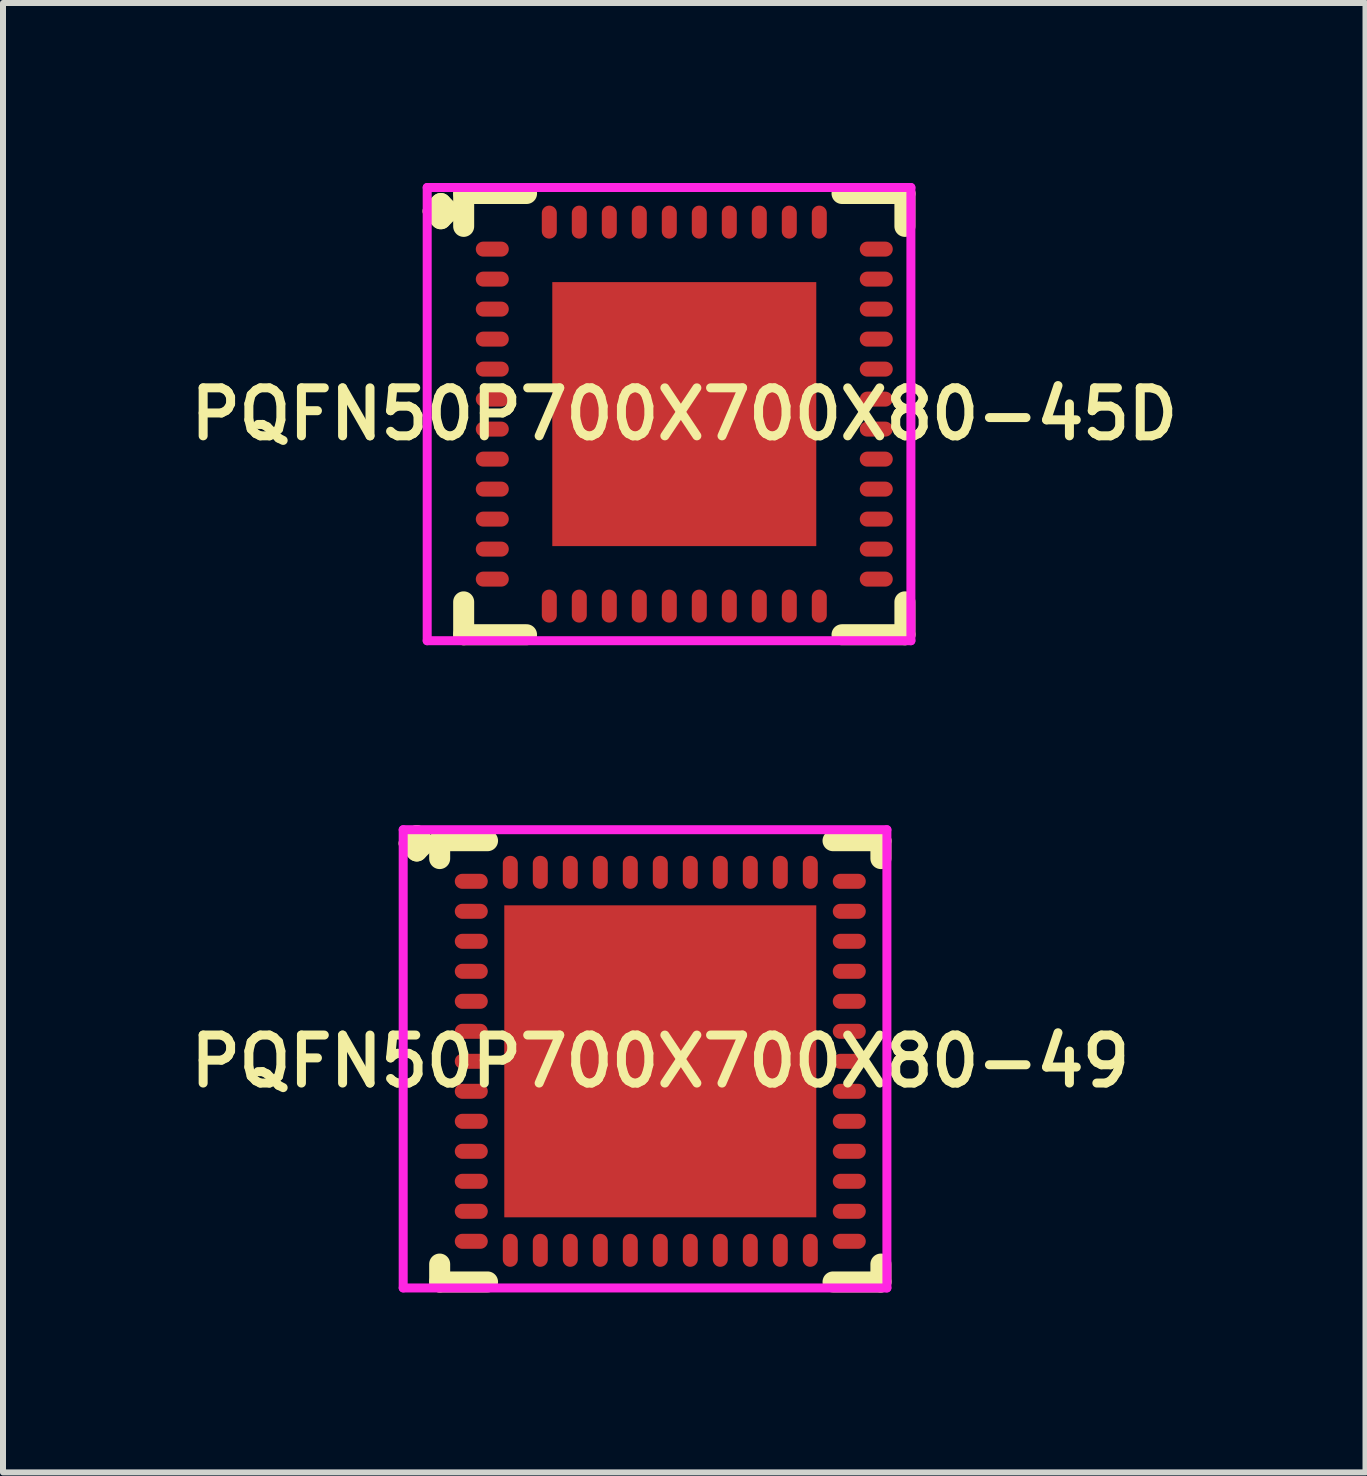
<source format=kicad_pcb>
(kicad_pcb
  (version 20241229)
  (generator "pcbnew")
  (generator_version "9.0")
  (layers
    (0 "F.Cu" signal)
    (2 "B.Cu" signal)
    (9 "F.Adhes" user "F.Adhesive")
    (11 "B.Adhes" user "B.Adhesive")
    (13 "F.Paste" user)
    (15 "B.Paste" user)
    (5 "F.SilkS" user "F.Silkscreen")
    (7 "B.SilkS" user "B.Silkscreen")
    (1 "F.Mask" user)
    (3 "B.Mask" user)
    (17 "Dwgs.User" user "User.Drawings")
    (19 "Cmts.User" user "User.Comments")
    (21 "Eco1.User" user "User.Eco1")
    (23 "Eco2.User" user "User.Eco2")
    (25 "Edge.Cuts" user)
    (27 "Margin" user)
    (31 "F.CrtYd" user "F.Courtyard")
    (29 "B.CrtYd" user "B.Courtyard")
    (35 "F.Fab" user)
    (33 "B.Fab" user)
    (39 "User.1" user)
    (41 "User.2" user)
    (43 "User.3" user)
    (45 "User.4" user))
  (footprint "PQFN50P700X700X80-49"
    (layer "F.Cu")
    (at 7.955 14.639)
    (property "Reference" "PQFN50P700X700X80-49" (at 0 0 0) (layer "F.SilkS") (effects (font (size 0.8 0.8) (thickness 0.15))))
    (attr smd)
    (fp_line (start -4.185 -3.633) (end -4.058 -3.76) (stroke (width 0.35) (type solid)) (layer "F.SilkS"))
    (fp_line (start -4.058 -3.76) (end -3.931 -3.633) (stroke (width 0.35) (type solid)) (layer "F.SilkS"))
    (fp_line (start -4.058 -3.506) (end -4.185 -3.633) (stroke (width 0.35) (type solid)) (layer "F.SilkS"))
    (fp_line (start -3.931 -3.633) (end -4.058 -3.506) (stroke (width 0.35) (type solid)) (layer "F.SilkS"))
    (fp_line (start -3.677 -3.677) (end -2.879 -3.677) (stroke (width 0.35) (type solid)) (layer "F.SilkS"))
    (fp_line (start -3.677 -3.379) (end -3.677 -3.677) (stroke (width 0.35) (type solid)) (layer "F.SilkS"))
    (fp_line (start -3.677 3.379) (end -3.677 3.677) (stroke (width 0.35) (type solid)) (layer "F.SilkS"))
    (fp_line (start -3.677 3.677) (end -2.879 3.677) (stroke (width 0.35) (type solid)) (layer "F.SilkS"))
    (fp_line (start 2.879 -3.677) (end 3.677 -3.677) (stroke (width 0.35) (type solid)) (layer "F.SilkS"))
    (fp_line (start 2.879 3.677) (end 3.677 3.677) (stroke (width 0.35) (type solid)) (layer "F.SilkS"))
    (fp_line (start 3.677 -3.677) (end 3.677 -3.379) (stroke (width 0.35) (type solid)) (layer "F.SilkS"))
    (fp_line (start 3.677 3.677) (end 3.677 3.379) (stroke (width 0.35) (type solid)) (layer "F.SilkS"))
    (fp_line (start -4.285 -3.86) (end 3.777 -3.86) (stroke (width 0.15) (type solid)) (layer "F.CrtYd"))
    (fp_line (start -4.285 3.777) (end -4.285 -3.86) (stroke (width 0.15) (type solid)) (layer "F.CrtYd"))
    (fp_line (start 3.777 -3.86) (end 3.777 3.777) (stroke (width 0.15) (type solid)) (layer "F.CrtYd"))
    (fp_line (start 3.777 3.777) (end -4.285 3.777) (stroke (width 0.15) (type solid)) (layer "F.CrtYd"))
    (pad "1" smd oval (at -3.15 -3) (size 0.55 0.25) (layers "F.Cu" "F.Mask" "F.Paste"))
    (pad "2" smd oval (at -3.15 -2.5) (size 0.55 0.25) (layers "F.Cu" "F.Mask" "F.Paste"))
    (pad "3" smd oval (at -3.15 -2) (size 0.55 0.25) (layers "F.Cu" "F.Mask" "F.Paste"))
    (pad "4" smd oval (at -3.15 -1.5) (size 0.55 0.25) (layers "F.Cu" "F.Mask" "F.Paste"))
    (pad "5" smd oval (at -3.15 -1) (size 0.55 0.25) (layers "F.Cu" "F.Mask" "F.Paste"))
    (pad "6" smd oval (at -3.15 -0.5) (size 0.55 0.25) (layers "F.Cu" "F.Mask" "F.Paste"))
    (pad "7" smd oval (at -3.15 0) (size 0.55 0.25) (layers "F.Cu" "F.Mask" "F.Paste"))
    (pad "8" smd oval (at -3.15 0.5) (size 0.55 0.25) (layers "F.Cu" "F.Mask" "F.Paste"))
    (pad "9" smd oval (at -3.15 1) (size 0.55 0.25) (layers "F.Cu" "F.Mask" "F.Paste"))
    (pad "10" smd oval (at -3.15 1.5) (size 0.55 0.25) (layers "F.Cu" "F.Mask" "F.Paste"))
    (pad "11" smd oval (at -3.15 2) (size 0.55 0.25) (layers "F.Cu" "F.Mask" "F.Paste"))
    (pad "12" smd oval (at -3.15 2.5) (size 0.55 0.25) (layers "F.Cu" "F.Mask" "F.Paste"))
    (pad "13" smd oval (at -3.15 3) (size 0.55 0.25) (layers "F.Cu" "F.Mask" "F.Paste"))
    (pad "14" smd oval (at -2.5 3.15) (size 0.25 0.55) (layers "F.Cu" "F.Mask" "F.Paste"))
    (pad "15" smd oval (at -2 3.15) (size 0.25 0.55) (layers "F.Cu" "F.Mask" "F.Paste"))
    (pad "16" smd oval (at -1.5 3.15) (size 0.25 0.55) (layers "F.Cu" "F.Mask" "F.Paste"))
    (pad "17" smd oval (at -1 3.15) (size 0.25 0.55) (layers "F.Cu" "F.Mask" "F.Paste"))
    (pad "18" smd oval (at -0.5 3.15) (size 0.25 0.55) (layers "F.Cu" "F.Mask" "F.Paste"))
    (pad "19" smd oval (at 0 3.15) (size 0.25 0.55) (layers "F.Cu" "F.Mask" "F.Paste"))
    (pad "20" smd oval (at 0.5 3.15) (size 0.25 0.55) (layers "F.Cu" "F.Mask" "F.Paste"))
    (pad "21" smd oval (at 1 3.15) (size 0.25 0.55) (layers "F.Cu" "F.Mask" "F.Paste"))
    (pad "22" smd oval (at 1.5 3.15) (size 0.25 0.55) (layers "F.Cu" "F.Mask" "F.Paste"))
    (pad "23" smd oval (at 2 3.15) (size 0.25 0.55) (layers "F.Cu" "F.Mask" "F.Paste"))
    (pad "24" smd oval (at 2.5 3.15) (size 0.25 0.55) (layers "F.Cu" "F.Mask" "F.Paste"))
    (pad "25" smd oval (at 3.15 3) (size 0.55 0.25) (layers "F.Cu" "F.Mask" "F.Paste"))
    (pad "26" smd oval (at 3.15 2.5) (size 0.55 0.25) (layers "F.Cu" "F.Mask" "F.Paste"))
    (pad "27" smd oval (at 3.15 2) (size 0.55 0.25) (layers "F.Cu" "F.Mask" "F.Paste"))
    (pad "28" smd oval (at 3.15 1.5) (size 0.55 0.25) (layers "F.Cu" "F.Mask" "F.Paste"))
    (pad "29" smd oval (at 3.15 1) (size 0.55 0.25) (layers "F.Cu" "F.Mask" "F.Paste"))
    (pad "30" smd oval (at 3.15 0.5) (size 0.55 0.25) (layers "F.Cu" "F.Mask" "F.Paste"))
    (pad "31" smd oval (at 3.15 0) (size 0.55 0.25) (layers "F.Cu" "F.Mask" "F.Paste"))
    (pad "32" smd oval (at 3.15 -0.5) (size 0.55 0.25) (layers "F.Cu" "F.Mask" "F.Paste"))
    (pad "33" smd oval (at 3.15 -1) (size 0.55 0.25) (layers "F.Cu" "F.Mask" "F.Paste"))
    (pad "34" smd oval (at 3.15 -1.5) (size 0.55 0.25) (layers "F.Cu" "F.Mask" "F.Paste"))
    (pad "35" smd oval (at 3.15 -2) (size 0.55 0.25) (layers "F.Cu" "F.Mask" "F.Paste"))
    (pad "36" smd oval (at 3.15 -2.5) (size 0.55 0.25) (layers "F.Cu" "F.Mask" "F.Paste"))
    (pad "37" smd oval (at 3.15 -3) (size 0.55 0.25) (layers "F.Cu" "F.Mask" "F.Paste"))
    (pad "38" smd oval (at 2.5 -3.15) (size 0.25 0.55) (layers "F.Cu" "F.Mask" "F.Paste"))
    (pad "39" smd oval (at 2 -3.15) (size 0.25 0.55) (layers "F.Cu" "F.Mask" "F.Paste"))
    (pad "40" smd oval (at 1.5 -3.15) (size 0.25 0.55) (layers "F.Cu" "F.Mask" "F.Paste"))
    (pad "41" smd oval (at 1 -3.15) (size 0.25 0.55) (layers "F.Cu" "F.Mask" "F.Paste"))
    (pad "42" smd oval (at 0.5 -3.15) (size 0.25 0.55) (layers "F.Cu" "F.Mask" "F.Paste"))
    (pad "43" smd oval (at 0 -3.15) (size 0.25 0.55) (layers "F.Cu" "F.Mask" "F.Paste"))
    (pad "44" smd oval (at -0.5 -3.15) (size 0.25 0.55) (layers "F.Cu" "F.Mask" "F.Paste"))
    (pad "45" smd oval (at -1 -3.15) (size 0.25 0.55) (layers "F.Cu" "F.Mask" "F.Paste"))
    (pad "46" smd oval (at -1.5 -3.15) (size 0.25 0.55) (layers "F.Cu" "F.Mask" "F.Paste"))
    (pad "47" smd oval (at -2 -3.15) (size 0.25 0.55) (layers "F.Cu" "F.Mask" "F.Paste"))
    (pad "48" smd oval (at -2.5 -3.15) (size 0.25 0.55) (layers "F.Cu" "F.Mask" "F.Paste"))
    (pad "49" smd rect (at 0 0) (size 5.2 5.2) (layers "F.Cu" "F.Mask" "F.Paste")))
  (footprint "PQFN50P700X700X80-45D"
    (layer "F.Cu")
    (at 8.355 3.852)
    (property "Reference" "PQFN50P700X700X80-45D" (at 0 0 0) (layer "F.SilkS") (effects (font (size 0.8 0.8) (thickness 0.15))))
    (attr through_hole)
    (fp_line (start -4.185 -3.383) (end -4.058 -3.51) (stroke (width 0.35) (type solid)) (layer "F.SilkS"))
    (fp_line (start -4.058 -3.51) (end -3.931 -3.383) (stroke (width 0.35) (type solid)) (layer "F.SilkS"))
    (fp_line (start -4.058 -3.256) (end -4.185 -3.383) (stroke (width 0.35) (type solid)) (layer "F.SilkS"))
    (fp_line (start -3.931 -3.383) (end -4.058 -3.256) (stroke (width 0.35) (type solid)) (layer "F.SilkS"))
    (fp_line (start -3.677 -3.677) (end -2.629 -3.677) (stroke (width 0.35) (type solid)) (layer "F.SilkS"))
    (fp_line (start -3.677 -3.129) (end -3.677 -3.677) (stroke (width 0.35) (type solid)) (layer "F.SilkS"))
    (fp_line (start -3.677 3.129) (end -3.677 3.677) (stroke (width 0.35) (type solid)) (layer "F.SilkS"))
    (fp_line (start -3.677 3.677) (end -2.629 3.677) (stroke (width 0.35) (type solid)) (layer "F.SilkS"))
    (fp_line (start 2.629 -3.677) (end 3.677 -3.677) (stroke (width 0.35) (type solid)) (layer "F.SilkS"))
    (fp_line (start 2.629 3.677) (end 3.677 3.677) (stroke (width 0.35) (type solid)) (layer "F.SilkS"))
    (fp_line (start 3.677 -3.677) (end 3.677 -3.129) (stroke (width 0.35) (type solid)) (layer "F.SilkS"))
    (fp_line (start 3.677 3.677) (end 3.677 3.129) (stroke (width 0.35) (type solid)) (layer "F.SilkS"))
    (fp_line (start -4.285 -3.777) (end 3.777 -3.777) (stroke (width 0.15) (type solid)) (layer "F.CrtYd"))
    (fp_line (start -4.285 3.777) (end -4.285 -3.777) (stroke (width 0.15) (type solid)) (layer "F.CrtYd"))
    (fp_line (start 3.777 -3.777) (end 3.777 3.777) (stroke (width 0.15) (type solid)) (layer "F.CrtYd"))
    (fp_line (start 3.777 3.777) (end -4.285 3.777) (stroke (width 0.15) (type solid)) (layer "F.CrtYd"))
    (pad "1" smd oval (at -3.2 -2.75) (size 0.55 0.25) (layers "F.Cu" "F.Mask" "F.Paste"))
    (pad "2" smd oval (at -3.2 -2.25) (size 0.55 0.25) (layers "F.Cu" "F.Mask" "F.Paste"))
    (pad "3" smd oval (at -3.2 -1.75) (size 0.55 0.25) (layers "F.Cu" "F.Mask" "F.Paste"))
    (pad "4" smd oval (at -3.2 -1.25) (size 0.55 0.25) (layers "F.Cu" "F.Mask" "F.Paste"))
    (pad "5" smd oval (at -3.2 -0.75) (size 0.55 0.25) (layers "F.Cu" "F.Mask" "F.Paste"))
    (pad "6" smd oval (at -3.2 -0.25) (size 0.55 0.25) (layers "F.Cu" "F.Mask" "F.Paste"))
    (pad "7" smd oval (at -3.2 0.25) (size 0.55 0.25) (layers "F.Cu" "F.Mask" "F.Paste"))
    (pad "8" smd oval (at -3.2 0.75) (size 0.55 0.25) (layers "F.Cu" "F.Mask" "F.Paste"))
    (pad "9" smd oval (at -3.2 1.25) (size 0.55 0.25) (layers "F.Cu" "F.Mask" "F.Paste"))
    (pad "10" smd oval (at -3.2 1.75) (size 0.55 0.25) (layers "F.Cu" "F.Mask" "F.Paste"))
    (pad "11" smd oval (at -3.2 2.25) (size 0.55 0.25) (layers "F.Cu" "F.Mask" "F.Paste"))
    (pad "12" smd oval (at -3.2 2.75) (size 0.55 0.25) (layers "F.Cu" "F.Mask" "F.Paste"))
    (pad "13" smd oval (at -2.25 3.2) (size 0.25 0.55) (layers "F.Cu" "F.Mask" "F.Paste"))
    (pad "14" smd oval (at -1.75 3.2) (size 0.25 0.55) (layers "F.Cu" "F.Mask" "F.Paste"))
    (pad "15" smd oval (at -1.25 3.2) (size 0.25 0.55) (layers "F.Cu" "F.Mask" "F.Paste"))
    (pad "16" smd oval (at -0.75 3.2) (size 0.25 0.55) (layers "F.Cu" "F.Mask" "F.Paste"))
    (pad "17" smd oval (at -0.25 3.2) (size 0.25 0.55) (layers "F.Cu" "F.Mask" "F.Paste"))
    (pad "18" smd oval (at 0.25 3.2) (size 0.25 0.55) (layers "F.Cu" "F.Mask" "F.Paste"))
    (pad "19" smd oval (at 0.75 3.2) (size 0.25 0.55) (layers "F.Cu" "F.Mask" "F.Paste"))
    (pad "20" smd oval (at 1.25 3.2) (size 0.25 0.55) (layers "F.Cu" "F.Mask" "F.Paste"))
    (pad "21" smd oval (at 1.75 3.2) (size 0.25 0.55) (layers "F.Cu" "F.Mask" "F.Paste"))
    (pad "22" smd oval (at 2.25 3.2) (size 0.25 0.55) (layers "F.Cu" "F.Mask" "F.Paste"))
    (pad "23" smd oval (at 3.2 2.75) (size 0.55 0.25) (layers "F.Cu" "F.Mask" "F.Paste"))
    (pad "24" smd oval (at 3.2 2.25) (size 0.55 0.25) (layers "F.Cu" "F.Mask" "F.Paste"))
    (pad "25" smd oval (at 3.2 1.75) (size 0.55 0.25) (layers "F.Cu" "F.Mask" "F.Paste"))
    (pad "26" smd oval (at 3.2 1.25) (size 0.55 0.25) (layers "F.Cu" "F.Mask" "F.Paste"))
    (pad "27" smd oval (at 3.2 0.75) (size 0.55 0.25) (layers "F.Cu" "F.Mask" "F.Paste"))
    (pad "28" smd oval (at 3.2 0.25) (size 0.55 0.25) (layers "F.Cu" "F.Mask" "F.Paste"))
    (pad "29" smd oval (at 3.2 -0.25) (size 0.55 0.25) (layers "F.Cu" "F.Mask" "F.Paste"))
    (pad "30" smd oval (at 3.2 -0.75) (size 0.55 0.25) (layers "F.Cu" "F.Mask" "F.Paste"))
    (pad "31" smd oval (at 3.2 -1.25) (size 0.55 0.25) (layers "F.Cu" "F.Mask" "F.Paste"))
    (pad "32" smd oval (at 3.2 -1.75) (size 0.55 0.25) (layers "F.Cu" "F.Mask" "F.Paste"))
    (pad "33" smd oval (at 3.2 -2.25) (size 0.55 0.25) (layers "F.Cu" "F.Mask" "F.Paste"))
    (pad "34" smd oval (at 3.2 -2.75) (size 0.55 0.25) (layers "F.Cu" "F.Mask" "F.Paste"))
    (pad "35" smd oval (at 2.25 -3.2) (size 0.25 0.55) (layers "F.Cu" "F.Mask" "F.Paste"))
    (pad "36" smd oval (at 1.75 -3.2) (size 0.25 0.55) (layers "F.Cu" "F.Mask" "F.Paste"))
    (pad "37" smd oval (at 1.25 -3.2) (size 0.25 0.55) (layers "F.Cu" "F.Mask" "F.Paste"))
    (pad "38" smd oval (at 0.75 -3.2) (size 0.25 0.55) (layers "F.Cu" "F.Mask" "F.Paste"))
    (pad "39" smd oval (at 0.25 -3.2) (size 0.25 0.55) (layers "F.Cu" "F.Mask" "F.Paste"))
    (pad "40" smd oval (at -0.25 -3.2) (size 0.25 0.55) (layers "F.Cu" "F.Mask" "F.Paste"))
    (pad "41" smd oval (at -0.75 -3.2) (size 0.25 0.55) (layers "F.Cu" "F.Mask" "F.Paste"))
    (pad "42" smd oval (at -1.25 -3.2) (size 0.25 0.55) (layers "F.Cu" "F.Mask" "F.Paste"))
    (pad "43" smd oval (at -1.75 -3.2) (size 0.25 0.55) (layers "F.Cu" "F.Mask" "F.Paste"))
    (pad "44" smd oval (at -2.25 -3.2) (size 0.25 0.55) (layers "F.Cu" "F.Mask" "F.Paste"))
    (pad "45" smd rect (at 0 0) (size 4.4 4.4) (layers "F.Cu" "F.Mask" "F.Paste")))
  (gr_rect
    (start -3 -3)
    (end 19.709 21.491)
    (stroke (width 0.1) (type default))
    (fill no)
    (layer "Edge.Cuts")))
</source>
